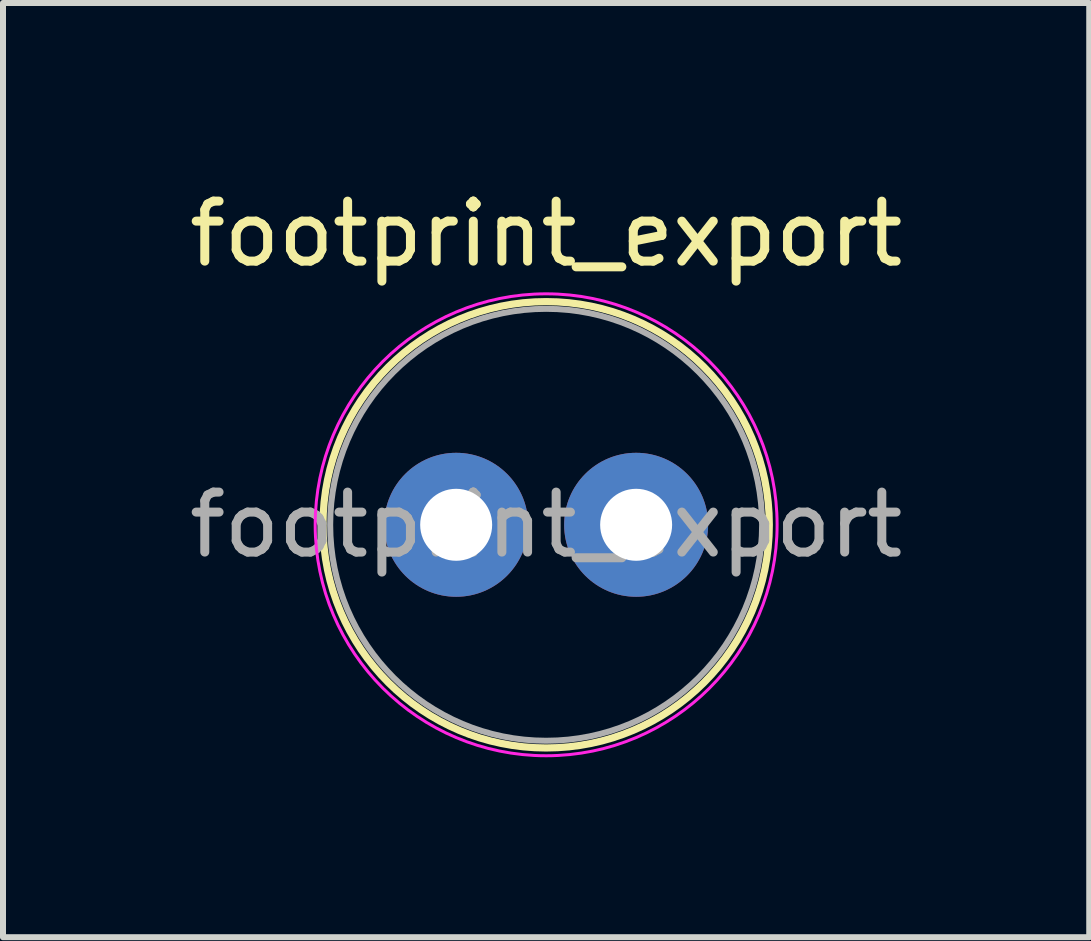
<source format=kicad_pcb>
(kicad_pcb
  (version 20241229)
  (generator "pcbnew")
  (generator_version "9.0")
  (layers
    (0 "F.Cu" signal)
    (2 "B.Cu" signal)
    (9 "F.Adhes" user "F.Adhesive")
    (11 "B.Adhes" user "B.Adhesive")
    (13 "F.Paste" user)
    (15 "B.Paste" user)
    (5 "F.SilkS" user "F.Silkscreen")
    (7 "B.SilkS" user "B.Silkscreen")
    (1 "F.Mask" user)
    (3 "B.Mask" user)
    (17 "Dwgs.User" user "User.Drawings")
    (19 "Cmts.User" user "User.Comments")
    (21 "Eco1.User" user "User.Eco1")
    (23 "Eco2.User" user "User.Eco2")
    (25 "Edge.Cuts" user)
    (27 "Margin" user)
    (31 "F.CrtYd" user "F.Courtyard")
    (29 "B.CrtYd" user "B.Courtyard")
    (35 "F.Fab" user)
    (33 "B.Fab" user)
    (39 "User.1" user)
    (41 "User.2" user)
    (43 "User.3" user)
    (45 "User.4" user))
  (footprint "footprint_export"
    (layer "F.Cu")
    (at 4.554 5.698)
    (property "Reference" "footprint_export" (at 1.5 -4.85 0) (layer "F.SilkS") (effects (font (size 1 1) (thickness 0.15))))
    (attr through_hole)
    (fp_circle (center 1.5 0) (end 5.22 0) (stroke (width 0.12) (type solid)) (fill no) (layer "F.SilkS"))
    (fp_circle (center 1.5 0) (end 5.35 0) (stroke (width 0.05) (type solid)) (fill no) (layer "F.CrtYd"))
    (fp_circle (center 1.5 0) (end 5.1 0) (stroke (width 0.1) (type solid)) (fill no) (layer "F.Fab"))
    (fp_text user "${REFERENCE}" (at 1.5 0 0) (layer "F.Fab") (effects (font (size 1 1) (thickness 0.15))))
    (pad "1" thru_hole circle (at 0 0) (size 2.4 2.4) (drill 1.2) (layers "*.Cu" "*.Mask"))
    (pad "2" thru_hole circle (at 3 0) (size 2.4 2.4) (drill 1.2) (layers "*.Cu" "*.Mask")))
  (gr_rect
    (start -3 -3)
    (end 15.107 12.573)
    (stroke (width 0.1) (type default))
    (fill no)
    (layer "Edge.Cuts")))
</source>
